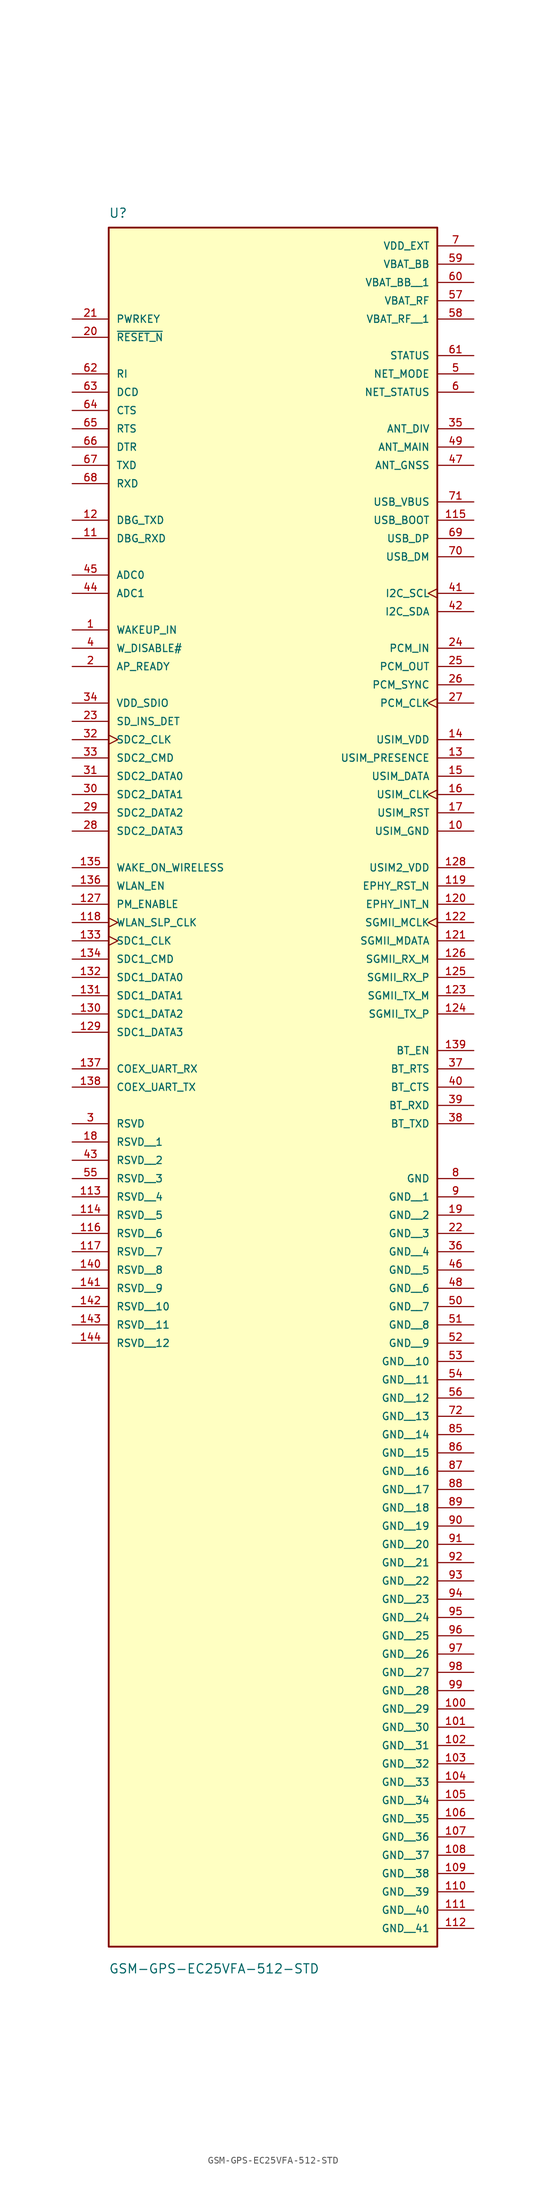
<source format=kicad_sym>
(kicad_symbol_lib
  (version 20241209)
  (generator "kicad_symbol_editor")
  (generator_version "9.0")
  (symbol "GSM-GPS-EC25VFA-512-STD"
    (pin_names
      (offset 1.016))
    (property "Reference" "U"
      (at -22.86 64.77 0)
      (effects (font (size 1.27 1.27)) (justify left bottom)))
    (property "Value" "GSM-GPS-EC25VFA-512-STD"
      (at -22.86 -179.07 0)
      (effects (font (size 1.27 1.27)) (justify left bottom)))
    (symbol "GSM-GPS-EC25VFA-512-STD_0_0"
      (rectangle (start -22.86 -175.26) (end 22.86 63.5) (stroke (width 0.254) (type default)) (fill (type background)))
      (pin input line (at -27.94 50.8 0) (length 5.08) (name "PWRKEY" (effects (font (size 1.016 1.016)))) (number "21" (effects (font (size 1.016 1.016)))))
      (pin input line (at -27.94 48.26 0) (length 5.08) (name "~{RESET_N}" (effects (font (size 1.016 1.016)))) (number "20" (effects (font (size 1.016 1.016)))))
      (pin output line (at -27.94 43.18 0) (length 5.08) (name "RI" (effects (font (size 1.016 1.016)))) (number "62" (effects (font (size 1.016 1.016)))))
      (pin output line (at -27.94 40.64 0) (length 5.08) (name "DCD" (effects (font (size 1.016 1.016)))) (number "63" (effects (font (size 1.016 1.016)))))
      (pin output line (at -27.94 38.1 0) (length 5.08) (name "CTS" (effects (font (size 1.016 1.016)))) (number "64" (effects (font (size 1.016 1.016)))))
      (pin input line (at -27.94 35.56 0) (length 5.08) (name "RTS" (effects (font (size 1.016 1.016)))) (number "65" (effects (font (size 1.016 1.016)))))
      (pin input line (at -27.94 33.02 0) (length 5.08) (name "DTR" (effects (font (size 1.016 1.016)))) (number "66" (effects (font (size 1.016 1.016)))))
      (pin output line (at -27.94 30.48 0) (length 5.08) (name "TXD" (effects (font (size 1.016 1.016)))) (number "67" (effects (font (size 1.016 1.016)))))
      (pin input line (at -27.94 27.94 0) (length 5.08) (name "RXD" (effects (font (size 1.016 1.016)))) (number "68" (effects (font (size 1.016 1.016)))))
      (pin output line (at -27.94 22.86 0) (length 5.08) (name "DBG_TXD" (effects (font (size 1.016 1.016)))) (number "12" (effects (font (size 1.016 1.016)))))
      (pin input line (at -27.94 20.32 0) (length 5.08) (name "DBG_RXD" (effects (font (size 1.016 1.016)))) (number "11" (effects (font (size 1.016 1.016)))))
      (pin input line (at -27.94 15.24 0) (length 5.08) (name "ADC0" (effects (font (size 1.016 1.016)))) (number "45" (effects (font (size 1.016 1.016)))))
      (pin input line (at -27.94 12.7 0) (length 5.08) (name "ADC1" (effects (font (size 1.016 1.016)))) (number "44" (effects (font (size 1.016 1.016)))))
      (pin input line (at -27.94 7.62 0) (length 5.08) (name "WAKEUP_IN" (effects (font (size 1.016 1.016)))) (number "1" (effects (font (size 1.016 1.016)))))
      (pin input line (at -27.94 5.08 0) (length 5.08) (name "W_DISABLE#" (effects (font (size 1.016 1.016)))) (number "4" (effects (font (size 1.016 1.016)))))
      (pin input line (at -27.94 2.54 0) (length 5.08) (name "AP_READY" (effects (font (size 1.016 1.016)))) (number "2" (effects (font (size 1.016 1.016)))))
      (pin power_in line (at -27.94 -2.54 0) (length 5.08) (name "VDD_SDIO" (effects (font (size 1.016 1.016)))) (number "34" (effects (font (size 1.016 1.016)))))
      (pin input line (at -27.94 -5.08 0) (length 5.08) (name "SD_INS_DET" (effects (font (size 1.016 1.016)))) (number "23" (effects (font (size 1.016 1.016)))))
      (pin output clock (at -27.94 -7.62 0) (length 5.08) (name "SDC2_CLK" (effects (font (size 1.016 1.016)))) (number "32" (effects (font (size 1.016 1.016)))))
      (pin bidirectional line (at -27.94 -10.16 0) (length 5.08) (name "SDC2_CMD" (effects (font (size 1.016 1.016)))) (number "33" (effects (font (size 1.016 1.016)))))
      (pin bidirectional line (at -27.94 -12.7 0) (length 5.08) (name "SDC2_DATA0" (effects (font (size 1.016 1.016)))) (number "31" (effects (font (size 1.016 1.016)))))
      (pin bidirectional line (at -27.94 -15.24 0) (length 5.08) (name "SDC2_DATA1" (effects (font (size 1.016 1.016)))) (number "30" (effects (font (size 1.016 1.016)))))
      (pin bidirectional line (at -27.94 -17.78 0) (length 5.08) (name "SDC2_DATA2" (effects (font (size 1.016 1.016)))) (number "29" (effects (font (size 1.016 1.016)))))
      (pin bidirectional line (at -27.94 -20.32 0) (length 5.08) (name "SDC2_DATA3" (effects (font (size 1.016 1.016)))) (number "28" (effects (font (size 1.016 1.016)))))
      (pin input line (at -27.94 -25.4 0) (length 5.08) (name "WAKE_ON_WIRELESS" (effects (font (size 1.016 1.016)))) (number "135" (effects (font (size 1.016 1.016)))))
      (pin output line (at -27.94 -27.94 0) (length 5.08) (name "WLAN_EN" (effects (font (size 1.016 1.016)))) (number "136" (effects (font (size 1.016 1.016)))))
      (pin output line (at -27.94 -30.48 0) (length 5.08) (name "PM_ENABLE" (effects (font (size 1.016 1.016)))) (number "127" (effects (font (size 1.016 1.016)))))
      (pin output clock (at -27.94 -33.02 0) (length 5.08) (name "WLAN_SLP_CLK" (effects (font (size 1.016 1.016)))) (number "118" (effects (font (size 1.016 1.016)))))
      (pin output clock (at -27.94 -35.56 0) (length 5.08) (name "SDC1_CLK" (effects (font (size 1.016 1.016)))) (number "133" (effects (font (size 1.016 1.016)))))
      (pin output line (at -27.94 -38.1 0) (length 5.08) (name "SDC1_CMD" (effects (font (size 1.016 1.016)))) (number "134" (effects (font (size 1.016 1.016)))))
      (pin bidirectional line (at -27.94 -40.64 0) (length 5.08) (name "SDC1_DATA0" (effects (font (size 1.016 1.016)))) (number "132" (effects (font (size 1.016 1.016)))))
      (pin bidirectional line (at -27.94 -43.18 0) (length 5.08) (name "SDC1_DATA1" (effects (font (size 1.016 1.016)))) (number "131" (effects (font (size 1.016 1.016)))))
      (pin bidirectional line (at -27.94 -45.72 0) (length 5.08) (name "SDC1_DATA2" (effects (font (size 1.016 1.016)))) (number "130" (effects (font (size 1.016 1.016)))))
      (pin bidirectional line (at -27.94 -48.26 0) (length 5.08) (name "SDC1_DATA3" (effects (font (size 1.016 1.016)))) (number "129" (effects (font (size 1.016 1.016)))))
      (pin input line (at -27.94 -53.34 0) (length 5.08) (name "COEX_UART_RX" (effects (font (size 1.016 1.016)))) (number "137" (effects (font (size 1.016 1.016)))))
      (pin output line (at -27.94 -55.88 0) (length 5.08) (name "COEX_UART_TX" (effects (font (size 1.016 1.016)))) (number "138" (effects (font (size 1.016 1.016)))))
      (pin passive line (at -27.94 -60.96 0) (length 5.08) (name "RSVD" (effects (font (size 1.016 1.016)))) (number "3" (effects (font (size 1.016 1.016)))))
      (pin passive line (at -27.94 -63.5 0) (length 5.08) (name "RSVD__1" (effects (font (size 1.016 1.016)))) (number "18" (effects (font (size 1.016 1.016)))))
      (pin passive line (at -27.94 -66.04 0) (length 5.08) (name "RSVD__2" (effects (font (size 1.016 1.016)))) (number "43" (effects (font (size 1.016 1.016)))))
      (pin passive line (at -27.94 -68.58 0) (length 5.08) (name "RSVD__3" (effects (font (size 1.016 1.016)))) (number "55" (effects (font (size 1.016 1.016)))))
      (pin passive line (at -27.94 -71.12 0) (length 5.08) (name "RSVD__4" (effects (font (size 1.016 1.016)))) (number "113" (effects (font (size 1.016 1.016)))))
      (pin passive line (at -27.94 -73.66 0) (length 5.08) (name "RSVD__5" (effects (font (size 1.016 1.016)))) (number "114" (effects (font (size 1.016 1.016)))))
      (pin passive line (at -27.94 -76.2 0) (length 5.08) (name "RSVD__6" (effects (font (size 1.016 1.016)))) (number "116" (effects (font (size 1.016 1.016)))))
      (pin passive line (at -27.94 -78.74 0) (length 5.08) (name "RSVD__7" (effects (font (size 1.016 1.016)))) (number "117" (effects (font (size 1.016 1.016)))))
      (pin passive line (at -27.94 -81.28 0) (length 5.08) (name "RSVD__8" (effects (font (size 1.016 1.016)))) (number "140" (effects (font (size 1.016 1.016)))))
      (pin passive line (at -27.94 -83.82 0) (length 5.08) (name "RSVD__9" (effects (font (size 1.016 1.016)))) (number "141" (effects (font (size 1.016 1.016)))))
      (pin passive line (at -27.94 -86.36 0) (length 5.08) (name "RSVD__10" (effects (font (size 1.016 1.016)))) (number "142" (effects (font (size 1.016 1.016)))))
      (pin passive line (at -27.94 -88.9 0) (length 5.08) (name "RSVD__11" (effects (font (size 1.016 1.016)))) (number "143" (effects (font (size 1.016 1.016)))))
      (pin passive line (at -27.94 -91.44 0) (length 5.08) (name "RSVD__12" (effects (font (size 1.016 1.016)))) (number "144" (effects (font (size 1.016 1.016)))))
      (pin power_in line (at 27.94 60.96 180) (length 5.08) (name "VDD_EXT" (effects (font (size 1.016 1.016)))) (number "7" (effects (font (size 1.016 1.016)))))
      (pin power_in line (at 27.94 58.42 180) (length 5.08) (name "VBAT_BB" (effects (font (size 1.016 1.016)))) (number "59" (effects (font (size 1.016 1.016)))))
      (pin power_in line (at 27.94 55.88 180) (length 5.08) (name "VBAT_BB__1" (effects (font (size 1.016 1.016)))) (number "60" (effects (font (size 1.016 1.016)))))
      (pin power_in line (at 27.94 53.34 180) (length 5.08) (name "VBAT_RF" (effects (font (size 1.016 1.016)))) (number "57" (effects (font (size 1.016 1.016)))))
      (pin power_in line (at 27.94 50.8 180) (length 5.08) (name "VBAT_RF__1" (effects (font (size 1.016 1.016)))) (number "58" (effects (font (size 1.016 1.016)))))
      (pin output line (at 27.94 45.72 180) (length 5.08) (name "STATUS" (effects (font (size 1.016 1.016)))) (number "61" (effects (font (size 1.016 1.016)))))
      (pin output line (at 27.94 43.18 180) (length 5.08) (name "NET_MODE" (effects (font (size 1.016 1.016)))) (number "5" (effects (font (size 1.016 1.016)))))
      (pin output line (at 27.94 40.64 180) (length 5.08) (name "NET_STATUS" (effects (font (size 1.016 1.016)))) (number "6" (effects (font (size 1.016 1.016)))))
      (pin input line (at 27.94 35.56 180) (length 5.08) (name "ANT_DIV" (effects (font (size 1.016 1.016)))) (number "35" (effects (font (size 1.016 1.016)))))
      (pin bidirectional line (at 27.94 33.02 180) (length 5.08) (name "ANT_MAIN" (effects (font (size 1.016 1.016)))) (number "49" (effects (font (size 1.016 1.016)))))
      (pin input line (at 27.94 30.48 180) (length 5.08) (name "ANT_GNSS" (effects (font (size 1.016 1.016)))) (number "47" (effects (font (size 1.016 1.016)))))
      (pin input line (at 27.94 25.4 180) (length 5.08) (name "USB_VBUS" (effects (font (size 1.016 1.016)))) (number "71" (effects (font (size 1.016 1.016)))))
      (pin input line (at 27.94 22.86 180) (length 5.08) (name "USB_BOOT" (effects (font (size 1.016 1.016)))) (number "115" (effects (font (size 1.016 1.016)))))
      (pin bidirectional line (at 27.94 20.32 180) (length 5.08) (name "USB_DP" (effects (font (size 1.016 1.016)))) (number "69" (effects (font (size 1.016 1.016)))))
      (pin bidirectional line (at 27.94 17.78 180) (length 5.08) (name "USB_DM" (effects (font (size 1.016 1.016)))) (number "70" (effects (font (size 1.016 1.016)))))
      (pin output clock (at 27.94 12.7 180) (length 5.08) (name "I2C_SCL" (effects (font (size 1.016 1.016)))) (number "41" (effects (font (size 1.016 1.016)))))
      (pin output line (at 27.94 10.16 180) (length 5.08) (name "I2C_SDA" (effects (font (size 1.016 1.016)))) (number "42" (effects (font (size 1.016 1.016)))))
      (pin input line (at 27.94 5.08 180) (length 5.08) (name "PCM_IN" (effects (font (size 1.016 1.016)))) (number "24" (effects (font (size 1.016 1.016)))))
      (pin output line (at 27.94 2.54 180) (length 5.08) (name "PCM_OUT" (effects (font (size 1.016 1.016)))) (number "25" (effects (font (size 1.016 1.016)))))
      (pin bidirectional line (at 27.94 0 180) (length 5.08) (name "PCM_SYNC" (effects (font (size 1.016 1.016)))) (number "26" (effects (font (size 1.016 1.016)))))
      (pin bidirectional clock (at 27.94 -2.54 180) (length 5.08) (name "PCM_CLK" (effects (font (size 1.016 1.016)))) (number "27" (effects (font (size 1.016 1.016)))))
      (pin power_in line (at 27.94 -7.62 180) (length 5.08) (name "USIM_VDD" (effects (font (size 1.016 1.016)))) (number "14" (effects (font (size 1.016 1.016)))))
      (pin input line (at 27.94 -10.16 180) (length 5.08) (name "USIM_PRESENCE" (effects (font (size 1.016 1.016)))) (number "13" (effects (font (size 1.016 1.016)))))
      (pin bidirectional line (at 27.94 -12.7 180) (length 5.08) (name "USIM_DATA" (effects (font (size 1.016 1.016)))) (number "15" (effects (font (size 1.016 1.016)))))
      (pin output clock (at 27.94 -15.24 180) (length 5.08) (name "USIM_CLK" (effects (font (size 1.016 1.016)))) (number "16" (effects (font (size 1.016 1.016)))))
      (pin output line (at 27.94 -17.78 180) (length 5.08) (name "USIM_RST" (effects (font (size 1.016 1.016)))) (number "17" (effects (font (size 1.016 1.016)))))
      (pin power_in line (at 27.94 -20.32 180) (length 5.08) (name "USIM_GND" (effects (font (size 1.016 1.016)))) (number "10" (effects (font (size 1.016 1.016)))))
      (pin power_in line (at 27.94 -25.4 180) (length 5.08) (name "USIM2_VDD" (effects (font (size 1.016 1.016)))) (number "128" (effects (font (size 1.016 1.016)))))
      (pin output line (at 27.94 -27.94 180) (length 5.08) (name "EPHY_RST_N" (effects (font (size 1.016 1.016)))) (number "119" (effects (font (size 1.016 1.016)))))
      (pin input line (at 27.94 -30.48 180) (length 5.08) (name "EPHY_INT_N" (effects (font (size 1.016 1.016)))) (number "120" (effects (font (size 1.016 1.016)))))
      (pin output clock (at 27.94 -33.02 180) (length 5.08) (name "SGMII_MCLK" (effects (font (size 1.016 1.016)))) (number "122" (effects (font (size 1.016 1.016)))))
      (pin bidirectional line (at 27.94 -35.56 180) (length 5.08) (name "SGMII_MDATA" (effects (font (size 1.016 1.016)))) (number "121" (effects (font (size 1.016 1.016)))))
      (pin input line (at 27.94 -38.1 180) (length 5.08) (name "SGMII_RX_M" (effects (font (size 1.016 1.016)))) (number "126" (effects (font (size 1.016 1.016)))))
      (pin input line (at 27.94 -40.64 180) (length 5.08) (name "SGMII_RX_P" (effects (font (size 1.016 1.016)))) (number "125" (effects (font (size 1.016 1.016)))))
      (pin output line (at 27.94 -43.18 180) (length 5.08) (name "SGMII_TX_M" (effects (font (size 1.016 1.016)))) (number "123" (effects (font (size 1.016 1.016)))))
      (pin output line (at 27.94 -45.72 180) (length 5.08) (name "SGMII_TX_P" (effects (font (size 1.016 1.016)))) (number "124" (effects (font (size 1.016 1.016)))))
      (pin output line (at 27.94 -50.8 180) (length 5.08) (name "BT_EN" (effects (font (size 1.016 1.016)))) (number "139" (effects (font (size 1.016 1.016)))))
      (pin input line (at 27.94 -53.34 180) (length 5.08) (name "BT_RTS" (effects (font (size 1.016 1.016)))) (number "37" (effects (font (size 1.016 1.016)))))
      (pin output line (at 27.94 -55.88 180) (length 5.08) (name "BT_CTS" (effects (font (size 1.016 1.016)))) (number "40" (effects (font (size 1.016 1.016)))))
      (pin input line (at 27.94 -58.42 180) (length 5.08) (name "BT_RXD" (effects (font (size 1.016 1.016)))) (number "39" (effects (font (size 1.016 1.016)))))
      (pin output line (at 27.94 -60.96 180) (length 5.08) (name "BT_TXD" (effects (font (size 1.016 1.016)))) (number "38" (effects (font (size 1.016 1.016)))))
      (pin power_in line (at 27.94 -68.58 180) (length 5.08) (name "GND" (effects (font (size 1.016 1.016)))) (number "8" (effects (font (size 1.016 1.016)))))
      (pin power_in line (at 27.94 -71.12 180) (length 5.08) (name "GND__1" (effects (font (size 1.016 1.016)))) (number "9" (effects (font (size 1.016 1.016)))))
      (pin power_in line (at 27.94 -73.66 180) (length 5.08) (name "GND__2" (effects (font (size 1.016 1.016)))) (number "19" (effects (font (size 1.016 1.016)))))
      (pin power_in line (at 27.94 -76.2 180) (length 5.08) (name "GND__3" (effects (font (size 1.016 1.016)))) (number "22" (effects (font (size 1.016 1.016)))))
      (pin power_in line (at 27.94 -78.74 180) (length 5.08) (name "GND__4" (effects (font (size 1.016 1.016)))) (number "36" (effects (font (size 1.016 1.016)))))
      (pin power_in line (at 27.94 -81.28 180) (length 5.08) (name "GND__5" (effects (font (size 1.016 1.016)))) (number "46" (effects (font (size 1.016 1.016)))))
      (pin power_in line (at 27.94 -83.82 180) (length 5.08) (name "GND__6" (effects (font (size 1.016 1.016)))) (number "48" (effects (font (size 1.016 1.016)))))
      (pin power_in line (at 27.94 -86.36 180) (length 5.08) (name "GND__7" (effects (font (size 1.016 1.016)))) (number "50" (effects (font (size 1.016 1.016)))))
      (pin power_in line (at 27.94 -88.9 180) (length 5.08) (name "GND__8" (effects (font (size 1.016 1.016)))) (number "51" (effects (font (size 1.016 1.016)))))
      (pin power_in line (at 27.94 -91.44 180) (length 5.08) (name "GND__9" (effects (font (size 1.016 1.016)))) (number "52" (effects (font (size 1.016 1.016)))))
      (pin power_in line (at 27.94 -93.98 180) (length 5.08) (name "GND__10" (effects (font (size 1.016 1.016)))) (number "53" (effects (font (size 1.016 1.016)))))
      (pin power_in line (at 27.94 -96.52 180) (length 5.08) (name "GND__11" (effects (font (size 1.016 1.016)))) (number "54" (effects (font (size 1.016 1.016)))))
      (pin power_in line (at 27.94 -99.06 180) (length 5.08) (name "GND__12" (effects (font (size 1.016 1.016)))) (number "56" (effects (font (size 1.016 1.016)))))
      (pin power_in line (at 27.94 -101.6 180) (length 5.08) (name "GND__13" (effects (font (size 1.016 1.016)))) (number "72" (effects (font (size 1.016 1.016)))))
      (pin power_in line (at 27.94 -104.14 180) (length 5.08) (name "GND__14" (effects (font (size 1.016 1.016)))) (number "85" (effects (font (size 1.016 1.016)))))
      (pin power_in line (at 27.94 -106.68 180) (length 5.08) (name "GND__15" (effects (font (size 1.016 1.016)))) (number "86" (effects (font (size 1.016 1.016)))))
      (pin power_in line (at 27.94 -109.22 180) (length 5.08) (name "GND__16" (effects (font (size 1.016 1.016)))) (number "87" (effects (font (size 1.016 1.016)))))
      (pin power_in line (at 27.94 -111.76 180) (length 5.08) (name "GND__17" (effects (font (size 1.016 1.016)))) (number "88" (effects (font (size 1.016 1.016)))))
      (pin power_in line (at 27.94 -114.3 180) (length 5.08) (name "GND__18" (effects (font (size 1.016 1.016)))) (number "89" (effects (font (size 1.016 1.016)))))
      (pin power_in line (at 27.94 -116.84 180) (length 5.08) (name "GND__19" (effects (font (size 1.016 1.016)))) (number "90" (effects (font (size 1.016 1.016)))))
      (pin power_in line (at 27.94 -119.38 180) (length 5.08) (name "GND__20" (effects (font (size 1.016 1.016)))) (number "91" (effects (font (size 1.016 1.016)))))
      (pin power_in line (at 27.94 -121.92 180) (length 5.08) (name "GND__21" (effects (font (size 1.016 1.016)))) (number "92" (effects (font (size 1.016 1.016)))))
      (pin power_in line (at 27.94 -124.46 180) (length 5.08) (name "GND__22" (effects (font (size 1.016 1.016)))) (number "93" (effects (font (size 1.016 1.016)))))
      (pin power_in line (at 27.94 -127 180) (length 5.08) (name "GND__23" (effects (font (size 1.016 1.016)))) (number "94" (effects (font (size 1.016 1.016)))))
      (pin power_in line (at 27.94 -129.54 180) (length 5.08) (name "GND__24" (effects (font (size 1.016 1.016)))) (number "95" (effects (font (size 1.016 1.016)))))
      (pin power_in line (at 27.94 -132.08 180) (length 5.08) (name "GND__25" (effects (font (size 1.016 1.016)))) (number "96" (effects (font (size 1.016 1.016)))))
      (pin power_in line (at 27.94 -134.62 180) (length 5.08) (name "GND__26" (effects (font (size 1.016 1.016)))) (number "97" (effects (font (size 1.016 1.016)))))
      (pin power_in line (at 27.94 -137.16 180) (length 5.08) (name "GND__27" (effects (font (size 1.016 1.016)))) (number "98" (effects (font (size 1.016 1.016)))))
      (pin power_in line (at 27.94 -139.7 180) (length 5.08) (name "GND__28" (effects (font (size 1.016 1.016)))) (number "99" (effects (font (size 1.016 1.016)))))
      (pin power_in line (at 27.94 -142.24 180) (length 5.08) (name "GND__29" (effects (font (size 1.016 1.016)))) (number "100" (effects (font (size 1.016 1.016)))))
      (pin power_in line (at 27.94 -144.78 180) (length 5.08) (name "GND__30" (effects (font (size 1.016 1.016)))) (number "101" (effects (font (size 1.016 1.016)))))
      (pin power_in line (at 27.94 -147.32 180) (length 5.08) (name "GND__31" (effects (font (size 1.016 1.016)))) (number "102" (effects (font (size 1.016 1.016)))))
      (pin power_in line (at 27.94 -149.86 180) (length 5.08) (name "GND__32" (effects (font (size 1.016 1.016)))) (number "103" (effects (font (size 1.016 1.016)))))
      (pin power_in line (at 27.94 -152.4 180) (length 5.08) (name "GND__33" (effects (font (size 1.016 1.016)))) (number "104" (effects (font (size 1.016 1.016)))))
      (pin power_in line (at 27.94 -154.94 180) (length 5.08) (name "GND__34" (effects (font (size 1.016 1.016)))) (number "105" (effects (font (size 1.016 1.016)))))
      (pin power_in line (at 27.94 -157.48 180) (length 5.08) (name "GND__35" (effects (font (size 1.016 1.016)))) (number "106" (effects (font (size 1.016 1.016)))))
      (pin power_in line (at 27.94 -160.02 180) (length 5.08) (name "GND__36" (effects (font (size 1.016 1.016)))) (number "107" (effects (font (size 1.016 1.016)))))
      (pin power_in line (at 27.94 -162.56 180) (length 5.08) (name "GND__37" (effects (font (size 1.016 1.016)))) (number "108" (effects (font (size 1.016 1.016)))))
      (pin power_in line (at 27.94 -165.1 180) (length 5.08) (name "GND__38" (effects (font (size 1.016 1.016)))) (number "109" (effects (font (size 1.016 1.016)))))
      (pin power_in line (at 27.94 -167.64 180) (length 5.08) (name "GND__39" (effects (font (size 1.016 1.016)))) (number "110" (effects (font (size 1.016 1.016)))))
      (pin power_in line (at 27.94 -170.18 180) (length 5.08) (name "GND__40" (effects (font (size 1.016 1.016)))) (number "111" (effects (font (size 1.016 1.016)))))
      (pin power_in line (at 27.94 -172.72 180) (length 5.08) (name "GND__41" (effects (font (size 1.016 1.016)))) (number "112" (effects (font (size 1.016 1.016))))))))
</source>
